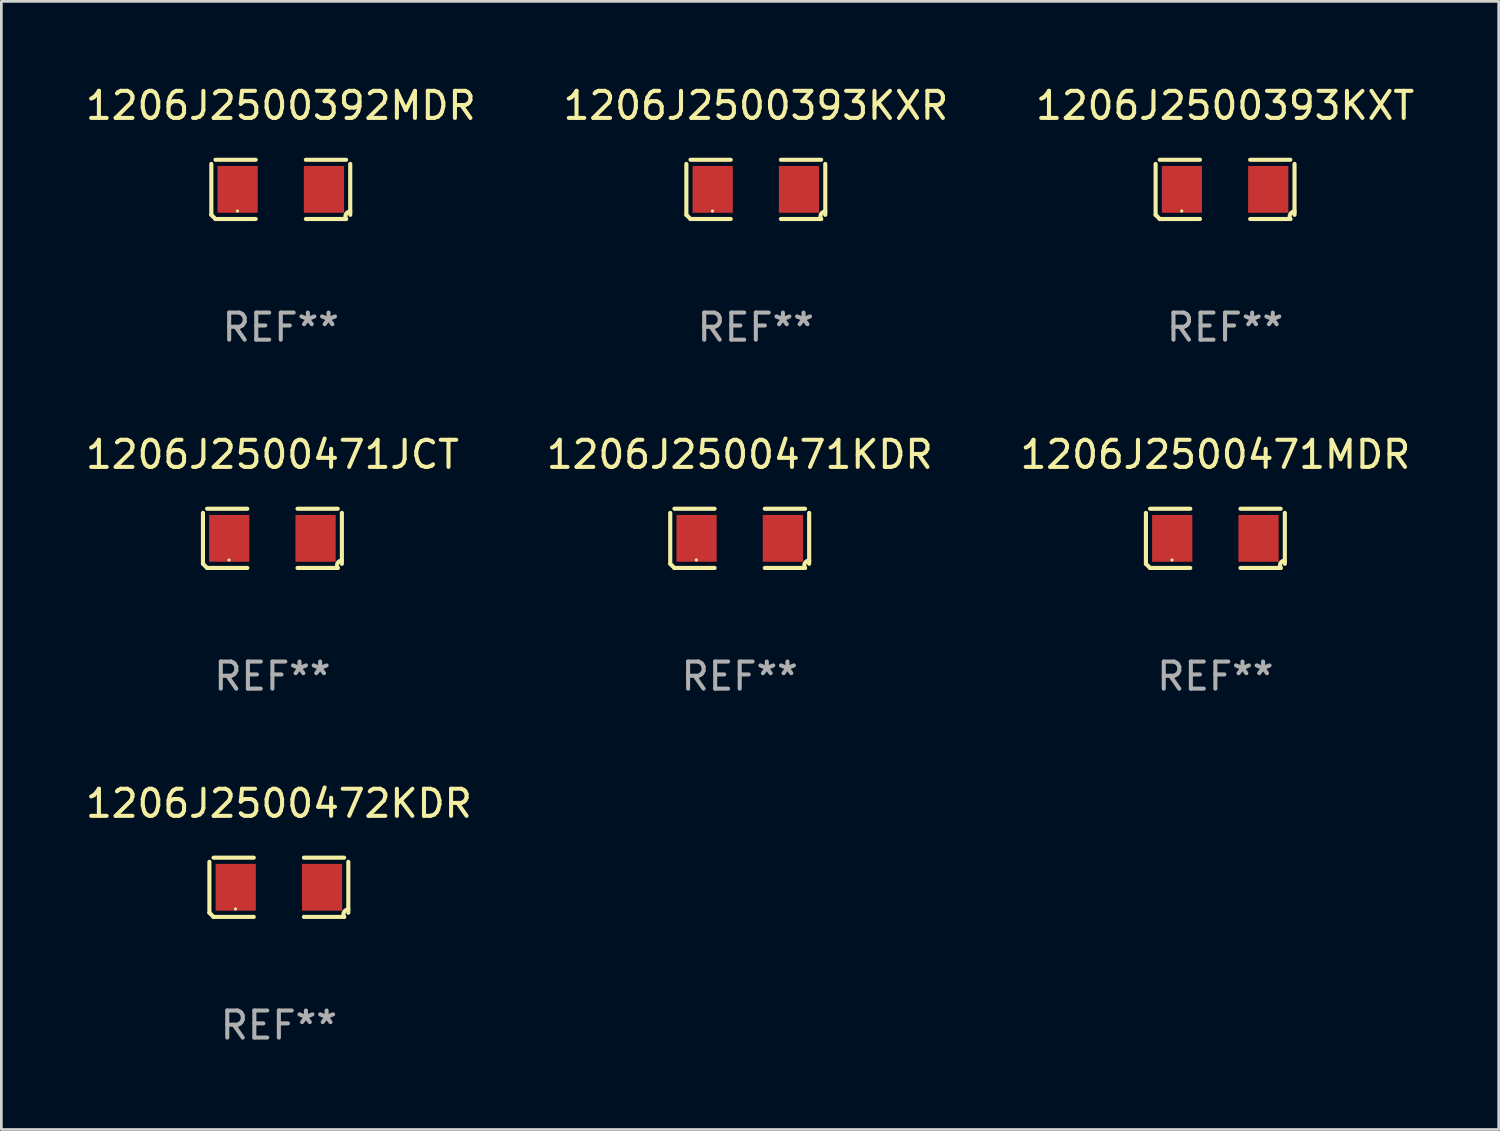
<source format=kicad_pcb>
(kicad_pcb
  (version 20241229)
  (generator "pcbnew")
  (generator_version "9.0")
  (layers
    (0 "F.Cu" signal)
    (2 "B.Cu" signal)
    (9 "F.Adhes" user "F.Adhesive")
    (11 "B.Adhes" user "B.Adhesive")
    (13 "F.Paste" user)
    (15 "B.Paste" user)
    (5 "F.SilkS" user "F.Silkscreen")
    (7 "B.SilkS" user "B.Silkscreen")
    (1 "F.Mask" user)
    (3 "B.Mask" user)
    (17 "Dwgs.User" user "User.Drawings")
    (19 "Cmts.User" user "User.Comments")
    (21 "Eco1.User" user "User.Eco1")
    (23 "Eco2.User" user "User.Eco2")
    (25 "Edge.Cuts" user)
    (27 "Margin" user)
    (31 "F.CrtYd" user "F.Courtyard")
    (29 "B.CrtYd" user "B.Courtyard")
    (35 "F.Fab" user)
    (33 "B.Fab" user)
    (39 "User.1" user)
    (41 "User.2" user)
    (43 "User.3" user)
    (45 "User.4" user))
  (footprint "1206J2500392MDR"
    (layer "F.Cu")
    (at 7.315 3.941)
    (property "Reference" "1206J2500392MDR" (at 0 -3.093 0) (layer "F.SilkS") (effects (font (size 1 1) (thickness 0.15))))
    (attr through_hole)
    (fp_line (start -2.564 0.94) (end -2.564 -0.94) (stroke (width 0.152) (type solid)) (layer "F.SilkS"))
    (fp_line (start -2.411 -1.093) (end -0.926 -1.093) (stroke (width 0.152) (type solid)) (layer "F.SilkS"))
    (fp_line (start -0.926 1.093) (end -2.411 1.093) (stroke (width 0.152) (type solid)) (layer "F.SilkS"))
    (fp_line (start 0.926 1.093) (end 2.411 1.093) (stroke (width 0.152) (type solid)) (layer "F.SilkS"))
    (fp_line (start 2.411 -1.093) (end 0.926 -1.093) (stroke (width 0.152) (type solid)) (layer "F.SilkS"))
    (fp_line (start 2.564 0.94) (end 2.564 -0.94) (stroke (width 0.152) (type solid)) (layer "F.SilkS"))
    (fp_arc (start -2.411201 1.092609) (mid -2.487413 1.01642) (end -2.563602 0.940208) (stroke (width 0.1524) (type solid)) (layer "F.SilkS"))
    (fp_arc (start 2.411201 1.092609) (mid 2.407159 0.911226) (end 2.563602 0.819347) (stroke (width 0.1524) (type solid)) (layer "F.SilkS"))
    (fp_circle (center -1.6 0.8) (end -1.57 0.8) (stroke (width 0.06) (type solid)) (fill no) (layer "F.SilkS"))
    (fp_text user "REF**" (at 0 5.093 0) (layer "F.Fab") (effects (font (size 1 1) (thickness 0.15))))
    (pad "1" smd rect (at -1.593 0) (size 1.485 1.728) (layers "F.Cu" "F.Mask" "F.Paste"))
    (pad "2" smd rect (at 1.593 0) (size 1.485 1.728) (layers "F.Cu" "F.Mask" "F.Paste")))
  (footprint "1206J2500471MDR"
    (layer "F.Cu")
    (at 41.815 16.823)
    (property "Reference" "1206J2500471MDR" (at 0 -3.093 0) (layer "F.SilkS") (effects (font (size 1 1) (thickness 0.15))))
    (attr through_hole)
    (fp_line (start -2.564 0.94) (end -2.564 -0.94) (stroke (width 0.152) (type solid)) (layer "F.SilkS"))
    (fp_line (start -2.411 -1.093) (end -0.926 -1.093) (stroke (width 0.152) (type solid)) (layer "F.SilkS"))
    (fp_line (start -0.926 1.093) (end -2.411 1.093) (stroke (width 0.152) (type solid)) (layer "F.SilkS"))
    (fp_line (start 0.926 1.093) (end 2.411 1.093) (stroke (width 0.152) (type solid)) (layer "F.SilkS"))
    (fp_line (start 2.411 -1.093) (end 0.926 -1.093) (stroke (width 0.152) (type solid)) (layer "F.SilkS"))
    (fp_line (start 2.564 0.94) (end 2.564 -0.94) (stroke (width 0.152) (type solid)) (layer "F.SilkS"))
    (fp_arc (start -2.411201 1.092609) (mid -2.487413 1.01642) (end -2.563602 0.940208) (stroke (width 0.1524) (type solid)) (layer "F.SilkS"))
    (fp_arc (start 2.411201 1.092609) (mid 2.407159 0.911226) (end 2.563602 0.819347) (stroke (width 0.1524) (type solid)) (layer "F.SilkS"))
    (fp_circle (center -1.6 0.8) (end -1.57 0.8) (stroke (width 0.06) (type solid)) (fill no) (layer "F.SilkS"))
    (fp_text user "REF**" (at 0 5.093 0) (layer "F.Fab") (effects (font (size 1 1) (thickness 0.15))))
    (pad "1" smd rect (at -1.593 0) (size 1.485 1.728) (layers "F.Cu" "F.Mask" "F.Paste"))
    (pad "2" smd rect (at 1.593 0) (size 1.485 1.728) (layers "F.Cu" "F.Mask" "F.Paste")))
  (footprint "1206J2500471KDR"
    (layer "F.Cu")
    (at 24.256 16.823)
    (property "Reference" "1206J2500471KDR" (at 0 -3.093 0) (layer "F.SilkS") (effects (font (size 1 1) (thickness 0.15))))
    (attr through_hole)
    (fp_line (start -2.564 0.94) (end -2.564 -0.94) (stroke (width 0.152) (type solid)) (layer "F.SilkS"))
    (fp_line (start -2.411 -1.093) (end -0.926 -1.093) (stroke (width 0.152) (type solid)) (layer "F.SilkS"))
    (fp_line (start -0.926 1.093) (end -2.411 1.093) (stroke (width 0.152) (type solid)) (layer "F.SilkS"))
    (fp_line (start 0.926 1.093) (end 2.411 1.093) (stroke (width 0.152) (type solid)) (layer "F.SilkS"))
    (fp_line (start 2.411 -1.093) (end 0.926 -1.093) (stroke (width 0.152) (type solid)) (layer "F.SilkS"))
    (fp_line (start 2.564 0.94) (end 2.564 -0.94) (stroke (width 0.152) (type solid)) (layer "F.SilkS"))
    (fp_arc (start -2.411201 1.092609) (mid -2.487413 1.01642) (end -2.563602 0.940208) (stroke (width 0.1524) (type solid)) (layer "F.SilkS"))
    (fp_arc (start 2.411201 1.092609) (mid 2.407159 0.911226) (end 2.563602 0.819347) (stroke (width 0.1524) (type solid)) (layer "F.SilkS"))
    (fp_circle (center -1.6 0.8) (end -1.57 0.8) (stroke (width 0.06) (type solid)) (fill no) (layer "F.SilkS"))
    (fp_text user "REF**" (at 0 5.093 0) (layer "F.Fab") (effects (font (size 1 1) (thickness 0.15))))
    (pad "1" smd rect (at -1.593 0) (size 1.485 1.728) (layers "F.Cu" "F.Mask" "F.Paste"))
    (pad "2" smd rect (at 1.593 0) (size 1.485 1.728) (layers "F.Cu" "F.Mask" "F.Paste")))
  (footprint "1206J2500393KXT"
    (layer "F.Cu")
    (at 42.173 3.941)
    (property "Reference" "1206J2500393KXT" (at 0 -3.093 0) (layer "F.SilkS") (effects (font (size 1 1) (thickness 0.15))))
    (attr through_hole)
    (fp_line (start -2.564 0.94) (end -2.564 -0.94) (stroke (width 0.152) (type solid)) (layer "F.SilkS"))
    (fp_line (start -2.411 -1.093) (end -0.926 -1.093) (stroke (width 0.152) (type solid)) (layer "F.SilkS"))
    (fp_line (start -0.926 1.093) (end -2.411 1.093) (stroke (width 0.152) (type solid)) (layer "F.SilkS"))
    (fp_line (start 0.926 1.093) (end 2.411 1.093) (stroke (width 0.152) (type solid)) (layer "F.SilkS"))
    (fp_line (start 2.411 -1.093) (end 0.926 -1.093) (stroke (width 0.152) (type solid)) (layer "F.SilkS"))
    (fp_line (start 2.564 0.94) (end 2.564 -0.94) (stroke (width 0.152) (type solid)) (layer "F.SilkS"))
    (fp_arc (start -2.411201 1.092609) (mid -2.487413 1.01642) (end -2.563602 0.940208) (stroke (width 0.1524) (type solid)) (layer "F.SilkS"))
    (fp_arc (start 2.411201 1.092609) (mid 2.407159 0.911226) (end 2.563602 0.819347) (stroke (width 0.1524) (type solid)) (layer "F.SilkS"))
    (fp_circle (center -1.6 0.8) (end -1.57 0.8) (stroke (width 0.06) (type solid)) (fill no) (layer "F.SilkS"))
    (fp_text user "REF**" (at 0 5.093 0) (layer "F.Fab") (effects (font (size 1 1) (thickness 0.15))))
    (pad "1" smd rect (at -1.593 0) (size 1.485 1.728) (layers "F.Cu" "F.Mask" "F.Paste"))
    (pad "2" smd rect (at 1.593 0) (size 1.485 1.728) (layers "F.Cu" "F.Mask" "F.Paste")))
  (footprint "1206J2500471JCT"
    (layer "F.Cu")
    (at 7.006 16.823)
    (property "Reference" "1206J2500471JCT" (at 0 -3.093 0) (layer "F.SilkS") (effects (font (size 1 1) (thickness 0.15))))
    (attr through_hole)
    (fp_line (start -2.564 0.94) (end -2.564 -0.94) (stroke (width 0.152) (type solid)) (layer "F.SilkS"))
    (fp_line (start -2.411 -1.093) (end -0.926 -1.093) (stroke (width 0.152) (type solid)) (layer "F.SilkS"))
    (fp_line (start -0.926 1.093) (end -2.411 1.093) (stroke (width 0.152) (type solid)) (layer "F.SilkS"))
    (fp_line (start 0.926 1.093) (end 2.411 1.093) (stroke (width 0.152) (type solid)) (layer "F.SilkS"))
    (fp_line (start 2.411 -1.093) (end 0.926 -1.093) (stroke (width 0.152) (type solid)) (layer "F.SilkS"))
    (fp_line (start 2.564 0.94) (end 2.564 -0.94) (stroke (width 0.152) (type solid)) (layer "F.SilkS"))
    (fp_arc (start -2.411201 1.092609) (mid -2.487413 1.01642) (end -2.563602 0.940208) (stroke (width 0.1524) (type solid)) (layer "F.SilkS"))
    (fp_arc (start 2.411201 1.092609) (mid 2.407159 0.911226) (end 2.563602 0.819347) (stroke (width 0.1524) (type solid)) (layer "F.SilkS"))
    (fp_circle (center -1.6 0.8) (end -1.57 0.8) (stroke (width 0.06) (type solid)) (fill no) (layer "F.SilkS"))
    (fp_text user "REF**" (at 0 5.093 0) (layer "F.Fab") (effects (font (size 1 1) (thickness 0.15))))
    (pad "1" smd rect (at -1.593 0) (size 1.485 1.728) (layers "F.Cu" "F.Mask" "F.Paste"))
    (pad "2" smd rect (at 1.593 0) (size 1.485 1.728) (layers "F.Cu" "F.Mask" "F.Paste")))
  (footprint "1206J2500393KXR"
    (layer "F.Cu")
    (at 24.851 3.941)
    (property "Reference" "1206J2500393KXR" (at 0 -3.093 0) (layer "F.SilkS") (effects (font (size 1 1) (thickness 0.15))))
    (attr through_hole)
    (fp_line (start -2.564 0.94) (end -2.564 -0.94) (stroke (width 0.152) (type solid)) (layer "F.SilkS"))
    (fp_line (start -2.411 -1.093) (end -0.926 -1.093) (stroke (width 0.152) (type solid)) (layer "F.SilkS"))
    (fp_line (start -0.926 1.093) (end -2.411 1.093) (stroke (width 0.152) (type solid)) (layer "F.SilkS"))
    (fp_line (start 0.926 1.093) (end 2.411 1.093) (stroke (width 0.152) (type solid)) (layer "F.SilkS"))
    (fp_line (start 2.411 -1.093) (end 0.926 -1.093) (stroke (width 0.152) (type solid)) (layer "F.SilkS"))
    (fp_line (start 2.564 0.94) (end 2.564 -0.94) (stroke (width 0.152) (type solid)) (layer "F.SilkS"))
    (fp_arc (start -2.411201 1.092609) (mid -2.487413 1.01642) (end -2.563602 0.940208) (stroke (width 0.1524) (type solid)) (layer "F.SilkS"))
    (fp_arc (start 2.411201 1.092609) (mid 2.407159 0.911226) (end 2.563602 0.819347) (stroke (width 0.1524) (type solid)) (layer "F.SilkS"))
    (fp_circle (center -1.6 0.8) (end -1.57 0.8) (stroke (width 0.06) (type solid)) (fill no) (layer "F.SilkS"))
    (fp_text user "REF**" (at 0 5.093 0) (layer "F.Fab") (effects (font (size 1 1) (thickness 0.15))))
    (pad "1" smd rect (at -1.593 0) (size 1.485 1.728) (layers "F.Cu" "F.Mask" "F.Paste"))
    (pad "2" smd rect (at 1.593 0) (size 1.485 1.728) (layers "F.Cu" "F.Mask" "F.Paste")))
  (footprint "1206J2500472KDR"
    (layer "F.Cu")
    (at 7.244 29.704)
    (property "Reference" "1206J2500472KDR" (at 0 -3.093 0) (layer "F.SilkS") (effects (font (size 1 1) (thickness 0.15))))
    (attr through_hole)
    (fp_line (start -2.564 0.94) (end -2.564 -0.94) (stroke (width 0.152) (type solid)) (layer "F.SilkS"))
    (fp_line (start -2.411 -1.093) (end -0.926 -1.093) (stroke (width 0.152) (type solid)) (layer "F.SilkS"))
    (fp_line (start -0.926 1.093) (end -2.411 1.093) (stroke (width 0.152) (type solid)) (layer "F.SilkS"))
    (fp_line (start 0.926 1.093) (end 2.411 1.093) (stroke (width 0.152) (type solid)) (layer "F.SilkS"))
    (fp_line (start 2.411 -1.093) (end 0.926 -1.093) (stroke (width 0.152) (type solid)) (layer "F.SilkS"))
    (fp_line (start 2.564 0.94) (end 2.564 -0.94) (stroke (width 0.152) (type solid)) (layer "F.SilkS"))
    (fp_arc (start -2.411201 1.092609) (mid -2.487413 1.01642) (end -2.563602 0.940208) (stroke (width 0.1524) (type solid)) (layer "F.SilkS"))
    (fp_arc (start 2.411201 1.092609) (mid 2.407159 0.911226) (end 2.563602 0.819347) (stroke (width 0.1524) (type solid)) (layer "F.SilkS"))
    (fp_circle (center -1.6 0.8) (end -1.57 0.8) (stroke (width 0.06) (type solid)) (fill no) (layer "F.SilkS"))
    (fp_text user "REF**" (at 0 5.093 0) (layer "F.Fab") (effects (font (size 1 1) (thickness 0.15))))
    (pad "1" smd rect (at -1.593 0) (size 1.485 1.728) (layers "F.Cu" "F.Mask" "F.Paste"))
    (pad "2" smd rect (at 1.593 0) (size 1.485 1.728) (layers "F.Cu" "F.Mask" "F.Paste")))
  (gr_rect
    (start -3 -3)
    (end 52.274 38.645)
    (stroke (width 0.1) (type default))
    (fill no)
    (layer "Edge.Cuts")))
</source>
